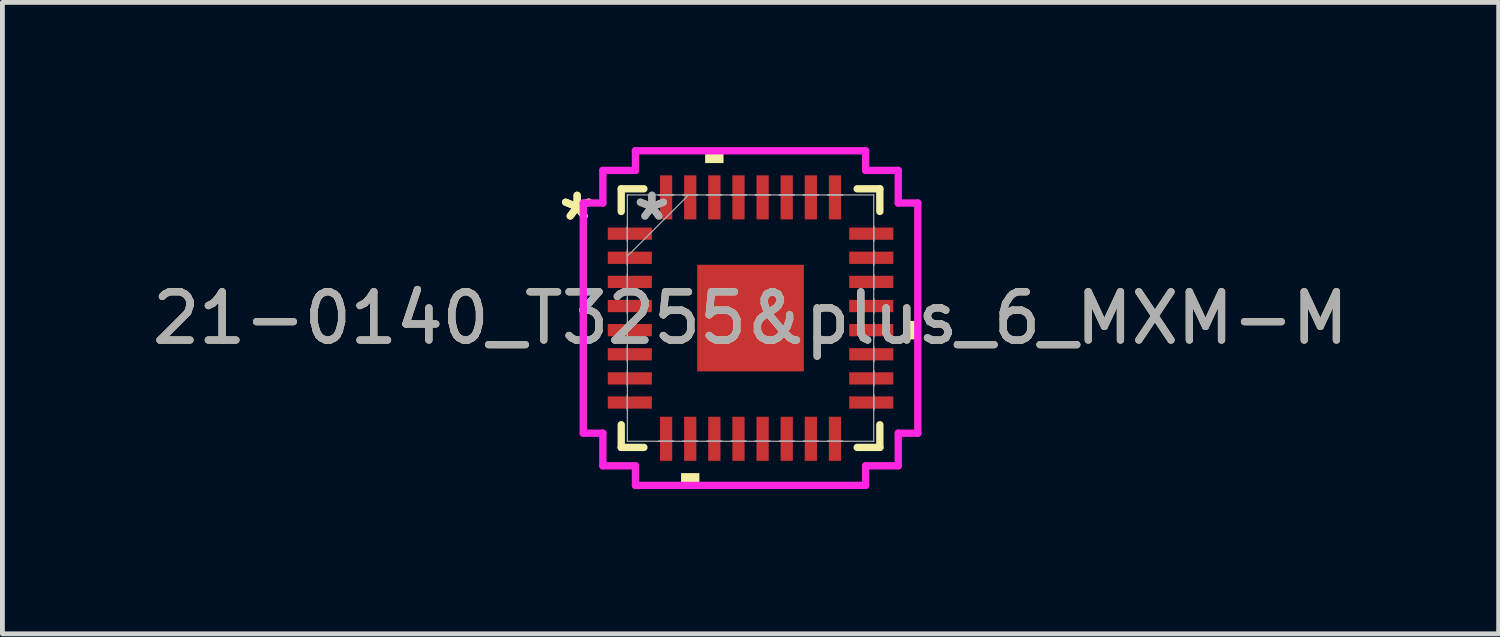
<source format=kicad_pcb>
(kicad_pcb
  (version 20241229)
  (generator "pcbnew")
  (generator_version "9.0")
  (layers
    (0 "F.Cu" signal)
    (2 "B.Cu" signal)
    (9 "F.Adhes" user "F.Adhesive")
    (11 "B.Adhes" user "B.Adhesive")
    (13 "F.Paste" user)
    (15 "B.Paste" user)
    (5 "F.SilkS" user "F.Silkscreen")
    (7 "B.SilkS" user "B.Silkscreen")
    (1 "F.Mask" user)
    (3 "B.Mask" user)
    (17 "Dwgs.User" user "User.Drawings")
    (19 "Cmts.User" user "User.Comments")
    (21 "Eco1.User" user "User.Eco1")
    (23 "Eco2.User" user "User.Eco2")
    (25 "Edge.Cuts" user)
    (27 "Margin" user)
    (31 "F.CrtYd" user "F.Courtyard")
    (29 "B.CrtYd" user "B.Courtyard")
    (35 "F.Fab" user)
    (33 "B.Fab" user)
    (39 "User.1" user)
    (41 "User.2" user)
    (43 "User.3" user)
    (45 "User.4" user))
  (footprint "21-0140_T3255&plus_6_MXM-M"
    (layer "F.Cu")
    (at 12.506 3.543)
    (property "Reference" "21-0140_T3255&plus_6_MXM-M" (at 0 0 0) (unlocked yes) (layer "F.SilkS") (effects (font (size 1 1) (thickness 0.15))))
    (attr smd)
    (fp_line (start -2.68 -2.68) (end -2.68 -2.21) (stroke (width 0.152) (type solid)) (layer "F.SilkS"))
    (fp_line (start -2.68 2.21) (end -2.68 2.68) (stroke (width 0.152) (type solid)) (layer "F.SilkS"))
    (fp_line (start -2.68 2.68) (end -2.21 2.68) (stroke (width 0.152) (type solid)) (layer "F.SilkS"))
    (fp_line (start -2.21 -2.68) (end -2.68 -2.68) (stroke (width 0.152) (type solid)) (layer "F.SilkS"))
    (fp_line (start 2.21 2.68) (end 2.68 2.68) (stroke (width 0.152) (type solid)) (layer "F.SilkS"))
    (fp_line (start 2.68 -2.68) (end 2.21 -2.68) (stroke (width 0.152) (type solid)) (layer "F.SilkS"))
    (fp_line (start 2.68 -2.21) (end 2.68 -2.68) (stroke (width 0.152) (type solid)) (layer "F.SilkS"))
    (fp_line (start 2.68 2.68) (end 2.68 2.21) (stroke (width 0.152) (type solid)) (layer "F.SilkS"))
    (fp_poly (pts (xy -1.44 3.213) (xy -1.44 3.467) (xy -1.06 3.467) (xy -1.06 3.213)) (stroke (width 0) (type solid)) (fill yes) (layer "F.SilkS"))
    (fp_poly (pts (xy -0.941 -3.213) (xy -0.941 -3.467) (xy -0.56 -3.467) (xy -0.56 -3.213)) (stroke (width 0) (type solid)) (fill yes) (layer "F.SilkS"))
    (fp_poly (pts (xy 3.467 0.059) (xy 3.467 0.441) (xy 3.213 0.441) (xy 3.213 0.059)) (stroke (width 0) (type solid)) (fill yes) (layer "F.SilkS"))
    (fp_line (start -3.467 -2.385) (end -3.061 -2.385) (stroke (width 0.152) (type solid)) (layer "F.CrtYd"))
    (fp_line (start -3.467 2.385) (end -3.467 -2.385) (stroke (width 0.152) (type solid)) (layer "F.CrtYd"))
    (fp_line (start -3.061 -3.061) (end -2.385 -3.061) (stroke (width 0.152) (type solid)) (layer "F.CrtYd"))
    (fp_line (start -3.061 -2.385) (end -3.061 -3.061) (stroke (width 0.152) (type solid)) (layer "F.CrtYd"))
    (fp_line (start -3.061 2.385) (end -3.467 2.385) (stroke (width 0.152) (type solid)) (layer "F.CrtYd"))
    (fp_line (start -3.061 3.061) (end -3.061 2.385) (stroke (width 0.152) (type solid)) (layer "F.CrtYd"))
    (fp_line (start -2.385 -3.467) (end 2.385 -3.467) (stroke (width 0.152) (type solid)) (layer "F.CrtYd"))
    (fp_line (start -2.385 -3.061) (end -2.385 -3.467) (stroke (width 0.152) (type solid)) (layer "F.CrtYd"))
    (fp_line (start -2.385 3.061) (end -3.061 3.061) (stroke (width 0.152) (type solid)) (layer "F.CrtYd"))
    (fp_line (start -2.385 3.467) (end -2.385 3.061) (stroke (width 0.152) (type solid)) (layer "F.CrtYd"))
    (fp_line (start 2.385 -3.467) (end 2.385 -3.061) (stroke (width 0.152) (type solid)) (layer "F.CrtYd"))
    (fp_line (start 2.385 -3.061) (end 3.061 -3.061) (stroke (width 0.152) (type solid)) (layer "F.CrtYd"))
    (fp_line (start 2.385 3.061) (end 2.385 3.467) (stroke (width 0.152) (type solid)) (layer "F.CrtYd"))
    (fp_line (start 2.385 3.467) (end -2.385 3.467) (stroke (width 0.152) (type solid)) (layer "F.CrtYd"))
    (fp_line (start 3.061 -3.061) (end 3.061 -2.385) (stroke (width 0.152) (type solid)) (layer "F.CrtYd"))
    (fp_line (start 3.061 -2.385) (end 3.467 -2.385) (stroke (width 0.152) (type solid)) (layer "F.CrtYd"))
    (fp_line (start 3.061 2.385) (end 3.061 3.061) (stroke (width 0.152) (type solid)) (layer "F.CrtYd"))
    (fp_line (start 3.061 3.061) (end 2.385 3.061) (stroke (width 0.152) (type solid)) (layer "F.CrtYd"))
    (fp_line (start 3.467 -2.385) (end 3.467 2.385) (stroke (width 0.152) (type solid)) (layer "F.CrtYd"))
    (fp_line (start 3.467 2.385) (end 3.061 2.385) (stroke (width 0.152) (type solid)) (layer "F.CrtYd"))
    (fp_line (start -2.553 -2.553) (end -2.553 -2.553) (stroke (width 0.025) (type solid)) (layer "F.Fab"))
    (fp_line (start -2.553 -2.553) (end -2.553 2.553) (stroke (width 0.025) (type solid)) (layer "F.Fab"))
    (fp_line (start -2.553 -1.902) (end -2.553 -1.902) (stroke (width 0.025) (type solid)) (layer "F.Fab"))
    (fp_line (start -2.553 -1.902) (end -2.553 -1.598) (stroke (width 0.025) (type solid)) (layer "F.Fab"))
    (fp_line (start -2.553 -1.598) (end -2.553 -1.902) (stroke (width 0.025) (type solid)) (layer "F.Fab"))
    (fp_line (start -2.553 -1.598) (end -2.553 -1.598) (stroke (width 0.025) (type solid)) (layer "F.Fab"))
    (fp_line (start -2.553 -1.402) (end -2.553 -1.402) (stroke (width 0.025) (type solid)) (layer "F.Fab"))
    (fp_line (start -2.553 -1.402) (end -2.553 -1.098) (stroke (width 0.025) (type solid)) (layer "F.Fab"))
    (fp_line (start -2.553 -1.283) (end -1.283 -2.553) (stroke (width 0.025) (type solid)) (layer "F.Fab"))
    (fp_line (start -2.553 -1.098) (end -2.553 -1.402) (stroke (width 0.025) (type solid)) (layer "F.Fab"))
    (fp_line (start -2.553 -1.098) (end -2.553 -1.098) (stroke (width 0.025) (type solid)) (layer "F.Fab"))
    (fp_line (start -2.553 -0.902) (end -2.553 -0.902) (stroke (width 0.025) (type solid)) (layer "F.Fab"))
    (fp_line (start -2.553 -0.902) (end -2.553 -0.598) (stroke (width 0.025) (type solid)) (layer "F.Fab"))
    (fp_line (start -2.553 -0.598) (end -2.553 -0.902) (stroke (width 0.025) (type solid)) (layer "F.Fab"))
    (fp_line (start -2.553 -0.598) (end -2.553 -0.598) (stroke (width 0.025) (type solid)) (layer "F.Fab"))
    (fp_line (start -2.553 -0.402) (end -2.553 -0.402) (stroke (width 0.025) (type solid)) (layer "F.Fab"))
    (fp_line (start -2.553 -0.402) (end -2.553 -0.098) (stroke (width 0.025) (type solid)) (layer "F.Fab"))
    (fp_line (start -2.553 -0.098) (end -2.553 -0.402) (stroke (width 0.025) (type solid)) (layer "F.Fab"))
    (fp_line (start -2.553 -0.098) (end -2.553 -0.098) (stroke (width 0.025) (type solid)) (layer "F.Fab"))
    (fp_line (start -2.553 0.098) (end -2.553 0.098) (stroke (width 0.025) (type solid)) (layer "F.Fab"))
    (fp_line (start -2.553 0.098) (end -2.553 0.402) (stroke (width 0.025) (type solid)) (layer "F.Fab"))
    (fp_line (start -2.553 0.402) (end -2.553 0.098) (stroke (width 0.025) (type solid)) (layer "F.Fab"))
    (fp_line (start -2.553 0.402) (end -2.553 0.402) (stroke (width 0.025) (type solid)) (layer "F.Fab"))
    (fp_line (start -2.553 0.598) (end -2.553 0.598) (stroke (width 0.025) (type solid)) (layer "F.Fab"))
    (fp_line (start -2.553 0.598) (end -2.553 0.902) (stroke (width 0.025) (type solid)) (layer "F.Fab"))
    (fp_line (start -2.553 0.902) (end -2.553 0.598) (stroke (width 0.025) (type solid)) (layer "F.Fab"))
    (fp_line (start -2.553 0.902) (end -2.553 0.902) (stroke (width 0.025) (type solid)) (layer "F.Fab"))
    (fp_line (start -2.553 1.098) (end -2.553 1.098) (stroke (width 0.025) (type solid)) (layer "F.Fab"))
    (fp_line (start -2.553 1.098) (end -2.553 1.402) (stroke (width 0.025) (type solid)) (layer "F.Fab"))
    (fp_line (start -2.553 1.402) (end -2.553 1.098) (stroke (width 0.025) (type solid)) (layer "F.Fab"))
    (fp_line (start -2.553 1.402) (end -2.553 1.402) (stroke (width 0.025) (type solid)) (layer "F.Fab"))
    (fp_line (start -2.553 1.598) (end -2.553 1.598) (stroke (width 0.025) (type solid)) (layer "F.Fab"))
    (fp_line (start -2.553 1.598) (end -2.553 1.902) (stroke (width 0.025) (type solid)) (layer "F.Fab"))
    (fp_line (start -2.553 1.902) (end -2.553 1.598) (stroke (width 0.025) (type solid)) (layer "F.Fab"))
    (fp_line (start -2.553 1.902) (end -2.553 1.902) (stroke (width 0.025) (type solid)) (layer "F.Fab"))
    (fp_line (start -2.553 2.553) (end -2.553 2.553) (stroke (width 0.025) (type solid)) (layer "F.Fab"))
    (fp_line (start -2.553 2.553) (end 2.553 2.553) (stroke (width 0.025) (type solid)) (layer "F.Fab"))
    (fp_line (start -1.902 -2.553) (end -1.902 -2.553) (stroke (width 0.025) (type solid)) (layer "F.Fab"))
    (fp_line (start -1.902 -2.553) (end -1.598 -2.553) (stroke (width 0.025) (type solid)) (layer "F.Fab"))
    (fp_line (start -1.902 2.553) (end -1.902 2.553) (stroke (width 0.025) (type solid)) (layer "F.Fab"))
    (fp_line (start -1.902 2.553) (end -1.598 2.553) (stroke (width 0.025) (type solid)) (layer "F.Fab"))
    (fp_line (start -1.598 -2.553) (end -1.902 -2.553) (stroke (width 0.025) (type solid)) (layer "F.Fab"))
    (fp_line (start -1.598 -2.553) (end -1.598 -2.553) (stroke (width 0.025) (type solid)) (layer "F.Fab"))
    (fp_line (start -1.598 2.553) (end -1.902 2.553) (stroke (width 0.025) (type solid)) (layer "F.Fab"))
    (fp_line (start -1.598 2.553) (end -1.598 2.553) (stroke (width 0.025) (type solid)) (layer "F.Fab"))
    (fp_line (start -1.402 -2.553) (end -1.402 -2.553) (stroke (width 0.025) (type solid)) (layer "F.Fab"))
    (fp_line (start -1.402 -2.553) (end -1.098 -2.553) (stroke (width 0.025) (type solid)) (layer "F.Fab"))
    (fp_line (start -1.402 2.553) (end -1.402 2.553) (stroke (width 0.025) (type solid)) (layer "F.Fab"))
    (fp_line (start -1.402 2.553) (end -1.098 2.553) (stroke (width 0.025) (type solid)) (layer "F.Fab"))
    (fp_line (start -1.098 -2.553) (end -1.402 -2.553) (stroke (width 0.025) (type solid)) (layer "F.Fab"))
    (fp_line (start -1.098 -2.553) (end -1.098 -2.553) (stroke (width 0.025) (type solid)) (layer "F.Fab"))
    (fp_line (start -1.098 2.553) (end -1.402 2.553) (stroke (width 0.025) (type solid)) (layer "F.Fab"))
    (fp_line (start -1.098 2.553) (end -1.098 2.553) (stroke (width 0.025) (type solid)) (layer "F.Fab"))
    (fp_line (start -0.902 -2.553) (end -0.902 -2.553) (stroke (width 0.025) (type solid)) (layer "F.Fab"))
    (fp_line (start -0.902 -2.553) (end -0.598 -2.553) (stroke (width 0.025) (type solid)) (layer "F.Fab"))
    (fp_line (start -0.902 2.553) (end -0.902 2.553) (stroke (width 0.025) (type solid)) (layer "F.Fab"))
    (fp_line (start -0.902 2.553) (end -0.598 2.553) (stroke (width 0.025) (type solid)) (layer "F.Fab"))
    (fp_line (start -0.598 -2.553) (end -0.902 -2.553) (stroke (width 0.025) (type solid)) (layer "F.Fab"))
    (fp_line (start -0.598 -2.553) (end -0.598 -2.553) (stroke (width 0.025) (type solid)) (layer "F.Fab"))
    (fp_line (start -0.598 2.553) (end -0.902 2.553) (stroke (width 0.025) (type solid)) (layer "F.Fab"))
    (fp_line (start -0.598 2.553) (end -0.598 2.553) (stroke (width 0.025) (type solid)) (layer "F.Fab"))
    (fp_line (start -0.402 -2.553) (end -0.402 -2.553) (stroke (width 0.025) (type solid)) (layer "F.Fab"))
    (fp_line (start -0.402 -2.553) (end -0.098 -2.553) (stroke (width 0.025) (type solid)) (layer "F.Fab"))
    (fp_line (start -0.402 2.553) (end -0.402 2.553) (stroke (width 0.025) (type solid)) (layer "F.Fab"))
    (fp_line (start -0.402 2.553) (end -0.098 2.553) (stroke (width 0.025) (type solid)) (layer "F.Fab"))
    (fp_line (start -0.098 -2.553) (end -0.402 -2.553) (stroke (width 0.025) (type solid)) (layer "F.Fab"))
    (fp_line (start -0.098 -2.553) (end -0.098 -2.553) (stroke (width 0.025) (type solid)) (layer "F.Fab"))
    (fp_line (start -0.098 2.553) (end -0.402 2.553) (stroke (width 0.025) (type solid)) (layer "F.Fab"))
    (fp_line (start -0.098 2.553) (end -0.098 2.553) (stroke (width 0.025) (type solid)) (layer "F.Fab"))
    (fp_line (start 0.098 -2.553) (end 0.098 -2.553) (stroke (width 0.025) (type solid)) (layer "F.Fab"))
    (fp_line (start 0.098 -2.553) (end 0.402 -2.553) (stroke (width 0.025) (type solid)) (layer "F.Fab"))
    (fp_line (start 0.098 2.553) (end 0.098 2.553) (stroke (width 0.025) (type solid)) (layer "F.Fab"))
    (fp_line (start 0.098 2.553) (end 0.402 2.553) (stroke (width 0.025) (type solid)) (layer "F.Fab"))
    (fp_line (start 0.402 -2.553) (end 0.098 -2.553) (stroke (width 0.025) (type solid)) (layer "F.Fab"))
    (fp_line (start 0.402 -2.553) (end 0.402 -2.553) (stroke (width 0.025) (type solid)) (layer "F.Fab"))
    (fp_line (start 0.402 2.553) (end 0.098 2.553) (stroke (width 0.025) (type solid)) (layer "F.Fab"))
    (fp_line (start 0.402 2.553) (end 0.402 2.553) (stroke (width 0.025) (type solid)) (layer "F.Fab"))
    (fp_line (start 0.598 -2.553) (end 0.598 -2.553) (stroke (width 0.025) (type solid)) (layer "F.Fab"))
    (fp_line (start 0.598 -2.553) (end 0.902 -2.553) (stroke (width 0.025) (type solid)) (layer "F.Fab"))
    (fp_line (start 0.598 2.553) (end 0.598 2.553) (stroke (width 0.025) (type solid)) (layer "F.Fab"))
    (fp_line (start 0.598 2.553) (end 0.902 2.553) (stroke (width 0.025) (type solid)) (layer "F.Fab"))
    (fp_line (start 0.902 -2.553) (end 0.598 -2.553) (stroke (width 0.025) (type solid)) (layer "F.Fab"))
    (fp_line (start 0.902 -2.553) (end 0.902 -2.553) (stroke (width 0.025) (type solid)) (layer "F.Fab"))
    (fp_line (start 0.902 2.553) (end 0.598 2.553) (stroke (width 0.025) (type solid)) (layer "F.Fab"))
    (fp_line (start 0.902 2.553) (end 0.902 2.553) (stroke (width 0.025) (type solid)) (layer "F.Fab"))
    (fp_line (start 1.098 -2.553) (end 1.098 -2.553) (stroke (width 0.025) (type solid)) (layer "F.Fab"))
    (fp_line (start 1.098 -2.553) (end 1.402 -2.553) (stroke (width 0.025) (type solid)) (layer "F.Fab"))
    (fp_line (start 1.098 2.553) (end 1.098 2.553) (stroke (width 0.025) (type solid)) (layer "F.Fab"))
    (fp_line (start 1.098 2.553) (end 1.402 2.553) (stroke (width 0.025) (type solid)) (layer "F.Fab"))
    (fp_line (start 1.402 -2.553) (end 1.098 -2.553) (stroke (width 0.025) (type solid)) (layer "F.Fab"))
    (fp_line (start 1.402 -2.553) (end 1.402 -2.553) (stroke (width 0.025) (type solid)) (layer "F.Fab"))
    (fp_line (start 1.402 2.553) (end 1.098 2.553) (stroke (width 0.025) (type solid)) (layer "F.Fab"))
    (fp_line (start 1.402 2.553) (end 1.402 2.553) (stroke (width 0.025) (type solid)) (layer "F.Fab"))
    (fp_line (start 1.598 -2.553) (end 1.598 -2.553) (stroke (width 0.025) (type solid)) (layer "F.Fab"))
    (fp_line (start 1.598 -2.553) (end 1.902 -2.553) (stroke (width 0.025) (type solid)) (layer "F.Fab"))
    (fp_line (start 1.598 2.553) (end 1.598 2.553) (stroke (width 0.025) (type solid)) (layer "F.Fab"))
    (fp_line (start 1.598 2.553) (end 1.902 2.553) (stroke (width 0.025) (type solid)) (layer "F.Fab"))
    (fp_line (start 1.902 -2.553) (end 1.598 -2.553) (stroke (width 0.025) (type solid)) (layer "F.Fab"))
    (fp_line (start 1.902 -2.553) (end 1.902 -2.553) (stroke (width 0.025) (type solid)) (layer "F.Fab"))
    (fp_line (start 1.902 2.553) (end 1.598 2.553) (stroke (width 0.025) (type solid)) (layer "F.Fab"))
    (fp_line (start 1.902 2.553) (end 1.902 2.553) (stroke (width 0.025) (type solid)) (layer "F.Fab"))
    (fp_line (start 2.553 -2.553) (end -2.553 -2.553) (stroke (width 0.025) (type solid)) (layer "F.Fab"))
    (fp_line (start 2.553 -2.553) (end 2.553 -2.553) (stroke (width 0.025) (type solid)) (layer "F.Fab"))
    (fp_line (start 2.553 -1.902) (end 2.553 -1.902) (stroke (width 0.025) (type solid)) (layer "F.Fab"))
    (fp_line (start 2.553 -1.902) (end 2.553 -1.598) (stroke (width 0.025) (type solid)) (layer "F.Fab"))
    (fp_line (start 2.553 -1.598) (end 2.553 -1.902) (stroke (width 0.025) (type solid)) (layer "F.Fab"))
    (fp_line (start 2.553 -1.598) (end 2.553 -1.598) (stroke (width 0.025) (type solid)) (layer "F.Fab"))
    (fp_line (start 2.553 -1.402) (end 2.553 -1.402) (stroke (width 0.025) (type solid)) (layer "F.Fab"))
    (fp_line (start 2.553 -1.402) (end 2.553 -1.098) (stroke (width 0.025) (type solid)) (layer "F.Fab"))
    (fp_line (start 2.553 -1.098) (end 2.553 -1.402) (stroke (width 0.025) (type solid)) (layer "F.Fab"))
    (fp_line (start 2.553 -1.098) (end 2.553 -1.098) (stroke (width 0.025) (type solid)) (layer "F.Fab"))
    (fp_line (start 2.553 -0.902) (end 2.553 -0.902) (stroke (width 0.025) (type solid)) (layer "F.Fab"))
    (fp_line (start 2.553 -0.902) (end 2.553 -0.598) (stroke (width 0.025) (type solid)) (layer "F.Fab"))
    (fp_line (start 2.553 -0.598) (end 2.553 -0.902) (stroke (width 0.025) (type solid)) (layer "F.Fab"))
    (fp_line (start 2.553 -0.598) (end 2.553 -0.598) (stroke (width 0.025) (type solid)) (layer "F.Fab"))
    (fp_line (start 2.553 -0.402) (end 2.553 -0.402) (stroke (width 0.025) (type solid)) (layer "F.Fab"))
    (fp_line (start 2.553 -0.402) (end 2.553 -0.098) (stroke (width 0.025) (type solid)) (layer "F.Fab"))
    (fp_line (start 2.553 -0.098) (end 2.553 -0.402) (stroke (width 0.025) (type solid)) (layer "F.Fab"))
    (fp_line (start 2.553 -0.098) (end 2.553 -0.098) (stroke (width 0.025) (type solid)) (layer "F.Fab"))
    (fp_line (start 2.553 0.098) (end 2.553 0.098) (stroke (width 0.025) (type solid)) (layer "F.Fab"))
    (fp_line (start 2.553 0.098) (end 2.553 0.402) (stroke (width 0.025) (type solid)) (layer "F.Fab"))
    (fp_line (start 2.553 0.402) (end 2.553 0.098) (stroke (width 0.025) (type solid)) (layer "F.Fab"))
    (fp_line (start 2.553 0.402) (end 2.553 0.402) (stroke (width 0.025) (type solid)) (layer "F.Fab"))
    (fp_line (start 2.553 0.598) (end 2.553 0.598) (stroke (width 0.025) (type solid)) (layer "F.Fab"))
    (fp_line (start 2.553 0.598) (end 2.553 0.902) (stroke (width 0.025) (type solid)) (layer "F.Fab"))
    (fp_line (start 2.553 0.902) (end 2.553 0.598) (stroke (width 0.025) (type solid)) (layer "F.Fab"))
    (fp_line (start 2.553 0.902) (end 2.553 0.902) (stroke (width 0.025) (type solid)) (layer "F.Fab"))
    (fp_line (start 2.553 1.098) (end 2.553 1.098) (stroke (width 0.025) (type solid)) (layer "F.Fab"))
    (fp_line (start 2.553 1.098) (end 2.553 1.402) (stroke (width 0.025) (type solid)) (layer "F.Fab"))
    (fp_line (start 2.553 1.402) (end 2.553 1.098) (stroke (width 0.025) (type solid)) (layer "F.Fab"))
    (fp_line (start 2.553 1.402) (end 2.553 1.402) (stroke (width 0.025) (type solid)) (layer "F.Fab"))
    (fp_line (start 2.553 1.598) (end 2.553 1.598) (stroke (width 0.025) (type solid)) (layer "F.Fab"))
    (fp_line (start 2.553 1.598) (end 2.553 1.902) (stroke (width 0.025) (type solid)) (layer "F.Fab"))
    (fp_line (start 2.553 1.902) (end 2.553 1.598) (stroke (width 0.025) (type solid)) (layer "F.Fab"))
    (fp_line (start 2.553 1.902) (end 2.553 1.902) (stroke (width 0.025) (type solid)) (layer "F.Fab"))
    (fp_line (start 2.553 2.553) (end 2.553 -2.553) (stroke (width 0.025) (type solid)) (layer "F.Fab"))
    (fp_line (start 2.553 2.553) (end 2.553 2.553) (stroke (width 0.025) (type solid)) (layer "F.Fab"))
    (fp_text user "*" (at -3.594 -2 0) (unlocked yes) (layer "F.SilkS") (effects (font (size 1 1) (thickness 0.15))))
    (fp_text user "*" (at -3.594 -2 0) (layer "F.SilkS") (effects (font (size 1 1) (thickness 0.15))))
    (fp_text user "*" (at -2.045 -2 0) (layer "F.Fab") (effects (font (size 1 1) (thickness 0.15))))
    (fp_text user "*" (at -2.045 -2 0) (unlocked yes) (layer "F.Fab") (effects (font (size 1 1) (thickness 0.15))))
    (fp_text user "${REFERENCE}" (at 0 0 0) (unlocked yes) (layer "F.Fab") (effects (font (size 1 1) (thickness 0.15))))
    (pad "1" smd rect (at -2.502 -1.75 90) (size 0.254 0.914) (layers "F.Cu" "F.Mask" "F.Paste"))
    (pad "2" smd rect (at -2.502 -1.25 90) (size 0.254 0.914) (layers "F.Cu" "F.Mask" "F.Paste"))
    (pad "3" smd rect (at -2.502 -0.75 90) (size 0.254 0.914) (layers "F.Cu" "F.Mask" "F.Paste"))
    (pad "4" smd rect (at -2.502 -0.25 90) (size 0.254 0.914) (layers "F.Cu" "F.Mask" "F.Paste"))
    (pad "5" smd rect (at -2.502 0.25 90) (size 0.254 0.914) (layers "F.Cu" "F.Mask" "F.Paste"))
    (pad "6" smd rect (at -2.502 0.75 90) (size 0.254 0.914) (layers "F.Cu" "F.Mask" "F.Paste"))
    (pad "7" smd rect (at -2.502 1.25 90) (size 0.254 0.914) (layers "F.Cu" "F.Mask" "F.Paste"))
    (pad "8" smd rect (at -2.502 1.75 90) (size 0.254 0.914) (layers "F.Cu" "F.Mask" "F.Paste"))
    (pad "9" smd rect (at -1.75 2.502) (size 0.254 0.914) (layers "F.Cu" "F.Mask" "F.Paste"))
    (pad "10" smd rect (at -1.25 2.502) (size 0.254 0.914) (layers "F.Cu" "F.Mask" "F.Paste"))
    (pad "11" smd rect (at -0.75 2.502) (size 0.254 0.914) (layers "F.Cu" "F.Mask" "F.Paste"))
    (pad "12" smd rect (at -0.25 2.502) (size 0.254 0.914) (layers "F.Cu" "F.Mask" "F.Paste"))
    (pad "13" smd rect (at 0.25 2.502) (size 0.254 0.914) (layers "F.Cu" "F.Mask" "F.Paste"))
    (pad "14" smd rect (at 0.75 2.502) (size 0.254 0.914) (layers "F.Cu" "F.Mask" "F.Paste"))
    (pad "15" smd rect (at 1.25 2.502) (size 0.254 0.914) (layers "F.Cu" "F.Mask" "F.Paste"))
    (pad "16" smd rect (at 1.75 2.502) (size 0.254 0.914) (layers "F.Cu" "F.Mask" "F.Paste"))
    (pad "17" smd rect (at 2.502 1.75 90) (size 0.254 0.914) (layers "F.Cu" "F.Mask" "F.Paste"))
    (pad "18" smd rect (at 2.502 1.25 90) (size 0.254 0.914) (layers "F.Cu" "F.Mask" "F.Paste"))
    (pad "19" smd rect (at 2.502 0.75 90) (size 0.254 0.914) (layers "F.Cu" "F.Mask" "F.Paste"))
    (pad "20" smd rect (at 2.502 0.25 90) (size 0.254 0.914) (layers "F.Cu" "F.Mask" "F.Paste"))
    (pad "21" smd rect (at 2.502 -0.25 90) (size 0.254 0.914) (layers "F.Cu" "F.Mask" "F.Paste"))
    (pad "22" smd rect (at 2.502 -0.75 90) (size 0.254 0.914) (layers "F.Cu" "F.Mask" "F.Paste"))
    (pad "23" smd rect (at 2.502 -1.25 90) (size 0.254 0.914) (layers "F.Cu" "F.Mask" "F.Paste"))
    (pad "24" smd rect (at 2.502 -1.75 90) (size 0.254 0.914) (layers "F.Cu" "F.Mask" "F.Paste"))
    (pad "25" smd rect (at 1.75 -2.502) (size 0.254 0.914) (layers "F.Cu" "F.Mask" "F.Paste"))
    (pad "26" smd rect (at 1.25 -2.502) (size 0.254 0.914) (layers "F.Cu" "F.Mask" "F.Paste"))
    (pad "27" smd rect (at 0.75 -2.502) (size 0.254 0.914) (layers "F.Cu" "F.Mask" "F.Paste"))
    (pad "28" smd rect (at 0.25 -2.502) (size 0.254 0.914) (layers "F.Cu" "F.Mask" "F.Paste"))
    (pad "29" smd rect (at -0.25 -2.502) (size 0.254 0.914) (layers "F.Cu" "F.Mask" "F.Paste"))
    (pad "30" smd rect (at -0.75 -2.502) (size 0.254 0.914) (layers "F.Cu" "F.Mask" "F.Paste"))
    (pad "31" smd rect (at -1.25 -2.502) (size 0.254 0.914) (layers "F.Cu" "F.Mask" "F.Paste"))
    (pad "32" smd rect (at -1.75 -2.502) (size 0.254 0.914) (layers "F.Cu" "F.Mask" "F.Paste"))
    (pad "33" smd rect (at 0 0) (size 2.21 2.21) (layers "F.Cu" "F.Mask" "F.Paste")))
  (gr_rect
    (start -3 -3)
    (end 28.012 10.087)
    (stroke (width 0.1) (type default))
    (fill no)
    (layer "Edge.Cuts")))
</source>
